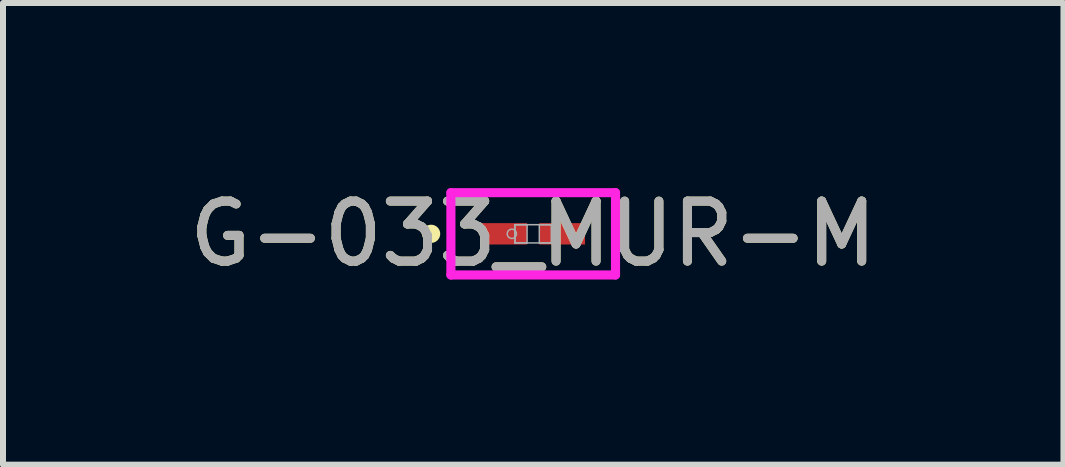
<source format=kicad_pcb>
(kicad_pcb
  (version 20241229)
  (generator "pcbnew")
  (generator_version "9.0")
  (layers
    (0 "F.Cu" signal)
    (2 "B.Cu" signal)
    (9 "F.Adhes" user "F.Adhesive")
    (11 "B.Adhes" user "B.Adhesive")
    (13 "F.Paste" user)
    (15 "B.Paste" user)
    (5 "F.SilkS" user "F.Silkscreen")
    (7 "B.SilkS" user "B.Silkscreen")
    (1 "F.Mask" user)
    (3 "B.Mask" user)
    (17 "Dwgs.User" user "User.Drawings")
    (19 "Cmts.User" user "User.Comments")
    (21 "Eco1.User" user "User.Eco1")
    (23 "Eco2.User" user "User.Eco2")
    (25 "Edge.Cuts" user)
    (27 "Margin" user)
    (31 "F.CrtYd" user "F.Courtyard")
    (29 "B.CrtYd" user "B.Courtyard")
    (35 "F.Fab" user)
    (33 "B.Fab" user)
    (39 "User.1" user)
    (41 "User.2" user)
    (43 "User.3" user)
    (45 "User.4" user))
  (footprint "G-033_MUR-M"
    (layer "F.Cu")
    (at 5.839 0.848)
    (property "Reference" "G-033_MUR-M" (at 0 0 0) (unlocked yes) (layer "F.SilkS") (effects (font (size 1 1) (thickness 0.15))))
    (attr smd)
    (fp_circle (center -1.702 0) (end -1.626 0) (stroke (width 0.152) (type solid)) (fill no) (layer "F.SilkS"))
    (fp_line (start -1.372 -0.686) (end 1.372 -0.686) (stroke (width 0.152) (type solid)) (layer "F.CrtYd"))
    (fp_line (start -1.372 0.686) (end -1.372 -0.686) (stroke (width 0.152) (type solid)) (layer "F.CrtYd"))
    (fp_line (start 1.372 -0.686) (end 1.372 0.686) (stroke (width 0.152) (type solid)) (layer "F.CrtYd"))
    (fp_line (start 1.372 0.686) (end -1.372 0.686) (stroke (width 0.152) (type solid)) (layer "F.CrtYd"))
    (fp_line (start -0.305 -0.152) (end -0.305 0.152) (stroke (width 0.025) (type solid)) (layer "F.Fab"))
    (fp_line (start -0.305 -0.152) (end -0.305 0.152) (stroke (width 0.025) (type solid)) (layer "F.Fab"))
    (fp_line (start -0.305 0.152) (end -0.102 0.152) (stroke (width 0.025) (type solid)) (layer "F.Fab"))
    (fp_line (start -0.305 0.152) (end 0.305 0.152) (stroke (width 0.025) (type solid)) (layer "F.Fab"))
    (fp_line (start -0.102 -0.152) (end -0.305 -0.152) (stroke (width 0.025) (type solid)) (layer "F.Fab"))
    (fp_line (start -0.102 0.152) (end -0.102 -0.152) (stroke (width 0.025) (type solid)) (layer "F.Fab"))
    (fp_line (start 0.102 -0.152) (end 0.102 0.152) (stroke (width 0.025) (type solid)) (layer "F.Fab"))
    (fp_line (start 0.102 0.152) (end 0.305 0.152) (stroke (width 0.025) (type solid)) (layer "F.Fab"))
    (fp_line (start 0.305 -0.152) (end -0.305 -0.152) (stroke (width 0.025) (type solid)) (layer "F.Fab"))
    (fp_line (start 0.305 -0.152) (end 0.102 -0.152) (stroke (width 0.025) (type solid)) (layer "F.Fab"))
    (fp_line (start 0.305 0.152) (end 0.305 -0.152) (stroke (width 0.025) (type solid)) (layer "F.Fab"))
    (fp_line (start 0.305 0.152) (end 0.305 -0.152) (stroke (width 0.025) (type solid)) (layer "F.Fab"))
    (fp_circle (center -0.356 0) (end -0.279 0) (stroke (width 0.025) (type solid)) (fill no) (layer "F.Fab"))
    (fp_text user "${REFERENCE}" (at 0 0 0) (unlocked yes) (layer "F.Fab") (effects (font (size 1 1) (thickness 0.15))))
    (pad "1" smd rect (at -0.483 0) (size 0.762 0.356) (layers "F.Cu" "F.Mask" "F.Paste"))
    (pad "2" smd rect (at 0.483 0) (size 0.762 0.356) (layers "F.Cu" "F.Mask" "F.Paste"))
    (zone (net_name "") (layer "F.Cu") (hatch full 0.508) (connect_pads) (min_thickness 0.254) (filled_areas_thickness no) (keepout (tracks not_allowed) (vias not_allowed) (pads allowed) (copperpour not_allowed) (footprints allowed)) (placement (enabled no)) (fill) (polygon (pts (xy 5.788 0.747) (xy 5.89 0.747) (xy 5.89 0.95) (xy 5.788 0.95)))))
  (gr_rect
    (start -3 -3)
    (end 14.679 4.697)
    (stroke (width 0.1) (type default))
    (fill no)
    (layer "Edge.Cuts")))
</source>
